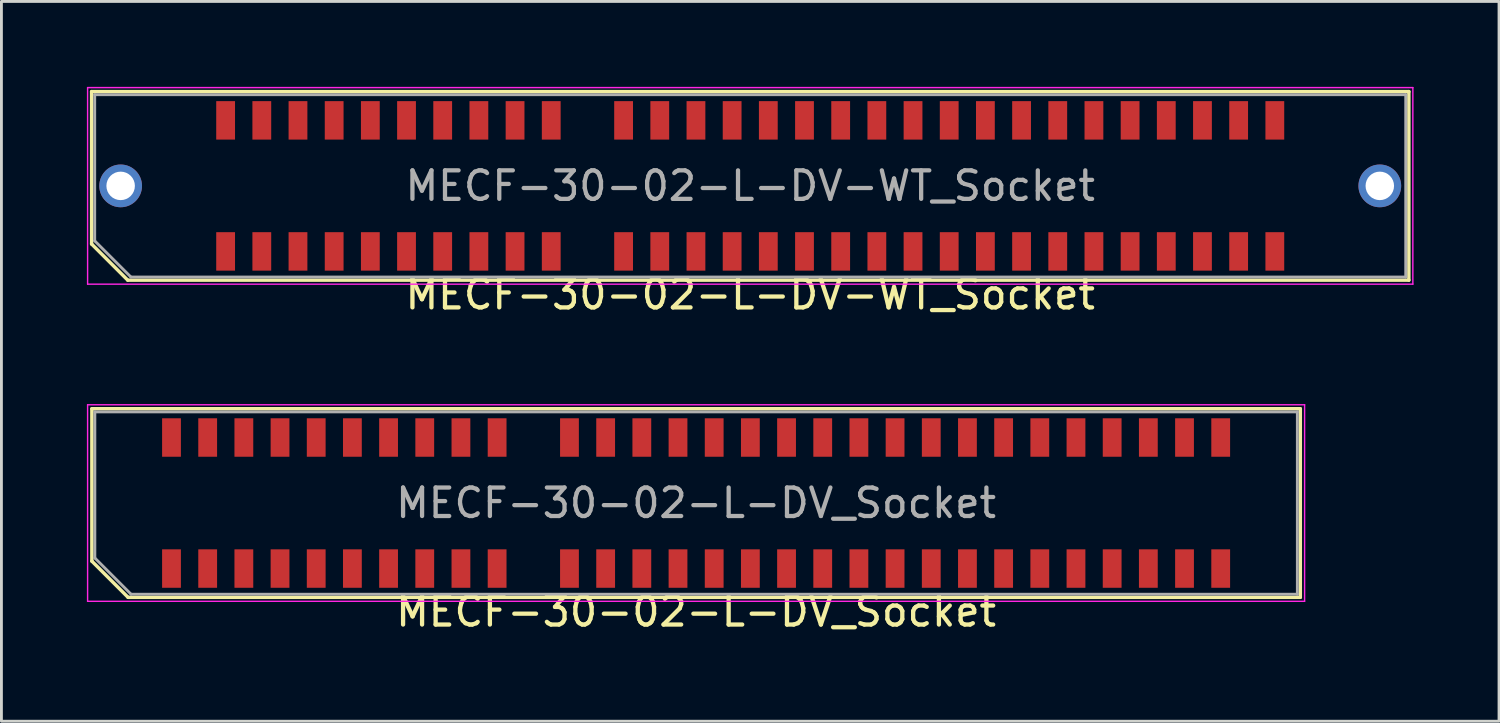
<source format=kicad_pcb>
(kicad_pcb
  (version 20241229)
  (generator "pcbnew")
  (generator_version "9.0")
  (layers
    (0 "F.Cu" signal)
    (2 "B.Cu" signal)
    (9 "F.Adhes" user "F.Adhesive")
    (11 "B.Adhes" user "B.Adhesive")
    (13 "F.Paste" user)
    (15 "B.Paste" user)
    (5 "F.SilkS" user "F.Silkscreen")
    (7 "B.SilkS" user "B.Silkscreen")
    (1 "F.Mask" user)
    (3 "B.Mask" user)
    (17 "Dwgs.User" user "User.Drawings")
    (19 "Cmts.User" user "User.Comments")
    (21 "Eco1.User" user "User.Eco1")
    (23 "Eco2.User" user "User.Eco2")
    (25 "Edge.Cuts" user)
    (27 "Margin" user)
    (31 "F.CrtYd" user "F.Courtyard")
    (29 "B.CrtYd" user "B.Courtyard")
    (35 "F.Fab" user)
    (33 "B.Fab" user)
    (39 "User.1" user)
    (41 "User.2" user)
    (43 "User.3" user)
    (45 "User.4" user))
  (footprint "MECF-30-02-L-DV-WT_Socket"
    (layer "F.Cu")
    (at 23.285 3.475)
    (property "Reference" "MECF-30-02-L-DV-WT_Socket" (at 0 3.81 0) (layer "F.SilkS") (effects (font (size 1 1) (thickness 0.15))))
    (attr smd)
    (fp_line (start -23.12 -3.31) (end 23.12 -3.31) (stroke (width 0.12) (type solid)) (layer "F.SilkS"))
    (fp_line (start -23.12 2.04) (end -23.12 -3.31) (stroke (width 0.12) (type solid)) (layer "F.SilkS"))
    (fp_line (start -21.85 3.31) (end -23.12 2.04) (stroke (width 0.12) (type solid)) (layer "F.SilkS"))
    (fp_line (start -21.85 3.31) (end 23.12 3.31) (stroke (width 0.12) (type solid)) (layer "F.SilkS"))
    (fp_line (start 23.12 3.31) (end 23.12 -3.31) (stroke (width 0.12) (type solid)) (layer "F.SilkS"))
    (fp_line (start -23.26 -3.45) (end -23.26 3.45) (stroke (width 0.05) (type solid)) (layer "F.CrtYd"))
    (fp_line (start -23.26 3.45) (end 23.26 3.45) (stroke (width 0.05) (type solid)) (layer "F.CrtYd"))
    (fp_line (start 23.26 -3.45) (end -23.26 -3.45) (stroke (width 0.05) (type solid)) (layer "F.CrtYd"))
    (fp_line (start 23.26 3.45) (end 23.26 -3.45) (stroke (width 0.05) (type solid)) (layer "F.CrtYd"))
    (fp_line (start -23.01 -3.2) (end 23.01 -3.2) (stroke (width 0.1) (type solid)) (layer "F.Fab"))
    (fp_line (start -23.01 1.93) (end -23.01 -3.2) (stroke (width 0.1) (type solid)) (layer "F.Fab"))
    (fp_line (start -23.01 1.93) (end -21.74 3.2) (stroke (width 0.1) (type solid)) (layer "F.Fab"))
    (fp_line (start -21.74 3.2) (end 23.01 3.2) (stroke (width 0.1) (type solid)) (layer "F.Fab"))
    (fp_line (start 23.01 3.2) (end 23.01 -3.2) (stroke (width 0.1) (type solid)) (layer "F.Fab"))
    (fp_text user "${REFERENCE}" (at 0 0 0) (layer "F.Fab") (effects (font (size 1 1) (thickness 0.15))))
    (pad "" thru_hole circle (at -22.1 0) (size 1.5 1.5) (drill 1) (layers "*.Cu" "*.Mask"))
    (pad "" np_thru_hole circle (at -20.195 0) (size 0.001 0.001) (drill 1.45) (layers "*.Cu" "*.Mask"))
    (pad "" np_thru_hole circle (at 20.195 1) (size 0.001 0.001) (drill 1.45) (layers "*.Cu" "*.Mask"))
    (pad "" thru_hole circle (at 22.1 0) (size 1.5 1.5) (drill 1) (layers "*.Cu" "*.Mask"))
    (pad "1" smd rect (at -18.415 2.3) (size 0.66 1.35) (layers "F.Cu" "F.Mask" "F.Paste"))
    (pad "2" smd rect (at -18.415 -2.3) (size 0.66 1.35) (layers "F.Cu" "F.Mask" "F.Paste"))
    (pad "3" smd rect (at -17.145 2.3) (size 0.66 1.35) (layers "F.Cu" "F.Mask" "F.Paste"))
    (pad "4" smd rect (at -17.145 -2.3) (size 0.66 1.35) (layers "F.Cu" "F.Mask" "F.Paste"))
    (pad "5" smd rect (at -15.875 2.3) (size 0.66 1.35) (layers "F.Cu" "F.Mask" "F.Paste"))
    (pad "6" smd rect (at -15.875 -2.3) (size 0.66 1.35) (layers "F.Cu" "F.Mask" "F.Paste"))
    (pad "7" smd rect (at -14.605 2.3) (size 0.66 1.35) (layers "F.Cu" "F.Mask" "F.Paste"))
    (pad "8" smd rect (at -14.605 -2.3) (size 0.66 1.35) (layers "F.Cu" "F.Mask" "F.Paste"))
    (pad "9" smd rect (at -13.335 2.3) (size 0.66 1.35) (layers "F.Cu" "F.Mask" "F.Paste"))
    (pad "10" smd rect (at -13.335 -2.3) (size 0.66 1.35) (layers "F.Cu" "F.Mask" "F.Paste"))
    (pad "11" smd rect (at -12.065 2.3) (size 0.66 1.35) (layers "F.Cu" "F.Mask" "F.Paste"))
    (pad "12" smd rect (at -12.065 -2.3) (size 0.66 1.35) (layers "F.Cu" "F.Mask" "F.Paste"))
    (pad "13" smd rect (at -10.795 2.3) (size 0.66 1.35) (layers "F.Cu" "F.Mask" "F.Paste"))
    (pad "14" smd rect (at -10.795 -2.3) (size 0.66 1.35) (layers "F.Cu" "F.Mask" "F.Paste"))
    (pad "15" smd rect (at -9.525 2.3) (size 0.66 1.35) (layers "F.Cu" "F.Mask" "F.Paste"))
    (pad "16" smd rect (at -9.525 -2.3) (size 0.66 1.35) (layers "F.Cu" "F.Mask" "F.Paste"))
    (pad "17" smd rect (at -8.255 2.3) (size 0.66 1.35) (layers "F.Cu" "F.Mask" "F.Paste"))
    (pad "18" smd rect (at -8.255 -2.3) (size 0.66 1.35) (layers "F.Cu" "F.Mask" "F.Paste"))
    (pad "19" smd rect (at -6.985 2.3) (size 0.66 1.35) (layers "F.Cu" "F.Mask" "F.Paste"))
    (pad "20" smd rect (at -6.985 -2.3) (size 0.66 1.35) (layers "F.Cu" "F.Mask" "F.Paste"))
    (pad "23" smd rect (at -4.445 2.3) (size 0.66 1.35) (layers "F.Cu" "F.Mask" "F.Paste"))
    (pad "24" smd rect (at -4.445 -2.3) (size 0.66 1.35) (layers "F.Cu" "F.Mask" "F.Paste"))
    (pad "25" smd rect (at -3.175 2.3) (size 0.66 1.35) (layers "F.Cu" "F.Mask" "F.Paste"))
    (pad "26" smd rect (at -3.175 -2.3) (size 0.66 1.35) (layers "F.Cu" "F.Mask" "F.Paste"))
    (pad "27" smd rect (at -1.905 2.3) (size 0.66 1.35) (layers "F.Cu" "F.Mask" "F.Paste"))
    (pad "28" smd rect (at -1.905 -2.3) (size 0.66 1.35) (layers "F.Cu" "F.Mask" "F.Paste"))
    (pad "29" smd rect (at -0.635 2.3) (size 0.66 1.35) (layers "F.Cu" "F.Mask" "F.Paste"))
    (pad "30" smd rect (at -0.635 -2.3) (size 0.66 1.35) (layers "F.Cu" "F.Mask" "F.Paste"))
    (pad "31" smd rect (at 0.635 2.3) (size 0.66 1.35) (layers "F.Cu" "F.Mask" "F.Paste"))
    (pad "32" smd rect (at 0.635 -2.3) (size 0.66 1.35) (layers "F.Cu" "F.Mask" "F.Paste"))
    (pad "33" smd rect (at 1.905 2.3) (size 0.66 1.35) (layers "F.Cu" "F.Mask" "F.Paste"))
    (pad "34" smd rect (at 1.905 -2.3) (size 0.66 1.35) (layers "F.Cu" "F.Mask" "F.Paste"))
    (pad "35" smd rect (at 3.175 2.3) (size 0.66 1.35) (layers "F.Cu" "F.Mask" "F.Paste"))
    (pad "36" smd rect (at 3.175 -2.3) (size 0.66 1.35) (layers "F.Cu" "F.Mask" "F.Paste"))
    (pad "37" smd rect (at 4.445 2.3) (size 0.66 1.35) (layers "F.Cu" "F.Mask" "F.Paste"))
    (pad "38" smd rect (at 4.445 -2.3) (size 0.66 1.35) (layers "F.Cu" "F.Mask" "F.Paste"))
    (pad "39" smd rect (at 5.715 2.3) (size 0.66 1.35) (layers "F.Cu" "F.Mask" "F.Paste"))
    (pad "40" smd rect (at 5.715 -2.3) (size 0.66 1.35) (layers "F.Cu" "F.Mask" "F.Paste"))
    (pad "41" smd rect (at 6.985 2.3) (size 0.66 1.35) (layers "F.Cu" "F.Mask" "F.Paste"))
    (pad "42" smd rect (at 6.985 -2.3) (size 0.66 1.35) (layers "F.Cu" "F.Mask" "F.Paste"))
    (pad "43" smd rect (at 8.255 2.3) (size 0.66 1.35) (layers "F.Cu" "F.Mask" "F.Paste"))
    (pad "44" smd rect (at 8.255 -2.3) (size 0.66 1.35) (layers "F.Cu" "F.Mask" "F.Paste"))
    (pad "45" smd rect (at 9.525 2.3) (size 0.66 1.35) (layers "F.Cu" "F.Mask" "F.Paste"))
    (pad "46" smd rect (at 9.525 -2.3) (size 0.66 1.35) (layers "F.Cu" "F.Mask" "F.Paste"))
    (pad "47" smd rect (at 10.795 2.3) (size 0.66 1.35) (layers "F.Cu" "F.Mask" "F.Paste"))
    (pad "48" smd rect (at 10.795 -2.3) (size 0.66 1.35) (layers "F.Cu" "F.Mask" "F.Paste"))
    (pad "49" smd rect (at 12.065 2.3) (size 0.66 1.35) (layers "F.Cu" "F.Mask" "F.Paste"))
    (pad "50" smd rect (at 12.065 -2.3) (size 0.66 1.35) (layers "F.Cu" "F.Mask" "F.Paste"))
    (pad "51" smd rect (at 13.335 2.3) (size 0.66 1.35) (layers "F.Cu" "F.Mask" "F.Paste"))
    (pad "52" smd rect (at 13.335 -2.3) (size 0.66 1.35) (layers "F.Cu" "F.Mask" "F.Paste"))
    (pad "53" smd rect (at 14.605 2.3) (size 0.66 1.35) (layers "F.Cu" "F.Mask" "F.Paste"))
    (pad "54" smd rect (at 14.605 -2.3) (size 0.66 1.35) (layers "F.Cu" "F.Mask" "F.Paste"))
    (pad "55" smd rect (at 15.875 2.3) (size 0.66 1.35) (layers "F.Cu" "F.Mask" "F.Paste"))
    (pad "56" smd rect (at 15.875 -2.3) (size 0.66 1.35) (layers "F.Cu" "F.Mask" "F.Paste"))
    (pad "57" smd rect (at 17.145 2.3) (size 0.66 1.35) (layers "F.Cu" "F.Mask" "F.Paste"))
    (pad "58" smd rect (at 17.145 -2.3) (size 0.66 1.35) (layers "F.Cu" "F.Mask" "F.Paste"))
    (pad "59" smd rect (at 18.415 2.3) (size 0.66 1.35) (layers "F.Cu" "F.Mask" "F.Paste"))
    (pad "60" smd rect (at 18.415 -2.3) (size 0.66 1.35) (layers "F.Cu" "F.Mask" "F.Paste")))
  (footprint "MECF-30-02-L-DV_Socket"
    (layer "F.Cu")
    (at 21.385 14.608)
    (property "Reference" "MECF-30-02-L-DV_Socket" (at 0 3.81 0) (layer "F.SilkS") (effects (font (size 1 1) (thickness 0.15))))
    (attr smd)
    (fp_line (start -21.21 -3.31) (end 21.21 -3.31) (stroke (width 0.12) (type solid)) (layer "F.SilkS"))
    (fp_line (start -21.21 2.04) (end -21.21 -3.31) (stroke (width 0.12) (type solid)) (layer "F.SilkS"))
    (fp_line (start -19.94 3.31) (end -21.21 2.04) (stroke (width 0.12) (type solid)) (layer "F.SilkS"))
    (fp_line (start -19.94 3.31) (end 21.21 3.31) (stroke (width 0.12) (type solid)) (layer "F.SilkS"))
    (fp_line (start 21.21 3.31) (end 21.21 -3.31) (stroke (width 0.12) (type solid)) (layer "F.SilkS"))
    (fp_line (start -21.36 -3.45) (end -21.36 3.45) (stroke (width 0.05) (type solid)) (layer "F.CrtYd"))
    (fp_line (start -21.36 3.45) (end 21.36 3.45) (stroke (width 0.05) (type solid)) (layer "F.CrtYd"))
    (fp_line (start 21.36 -3.45) (end -21.36 -3.45) (stroke (width 0.05) (type solid)) (layer "F.CrtYd"))
    (fp_line (start 21.36 3.45) (end 21.36 -3.45) (stroke (width 0.05) (type solid)) (layer "F.CrtYd"))
    (fp_line (start -21.105 -3.2) (end 21.105 -3.2) (stroke (width 0.1) (type solid)) (layer "F.Fab"))
    (fp_line (start -21.105 1.93) (end -21.105 -3.2) (stroke (width 0.1) (type solid)) (layer "F.Fab"))
    (fp_line (start -21.105 1.93) (end -19.835 3.2) (stroke (width 0.1) (type solid)) (layer "F.Fab"))
    (fp_line (start -19.835 3.2) (end 21.105 3.2) (stroke (width 0.1) (type solid)) (layer "F.Fab"))
    (fp_line (start 21.105 3.2) (end 21.105 -3.2) (stroke (width 0.1) (type solid)) (layer "F.Fab"))
    (fp_text user "${REFERENCE}" (at 0 0 0) (layer "F.Fab") (effects (font (size 1 1) (thickness 0.15))))
    (pad "" np_thru_hole circle (at -20.195 0) (size 0.001 0.001) (drill 1.45) (layers "*.Cu" "*.Mask"))
    (pad "" np_thru_hole circle (at 20.195 1) (size 0.001 0.001) (drill 1.45) (layers "*.Cu" "*.Mask"))
    (pad "1" smd rect (at -18.415 2.3) (size 0.66 1.35) (layers "F.Cu" "F.Mask" "F.Paste"))
    (pad "2" smd rect (at -18.415 -2.3) (size 0.66 1.35) (layers "F.Cu" "F.Mask" "F.Paste"))
    (pad "3" smd rect (at -17.145 2.3) (size 0.66 1.35) (layers "F.Cu" "F.Mask" "F.Paste"))
    (pad "4" smd rect (at -17.145 -2.3) (size 0.66 1.35) (layers "F.Cu" "F.Mask" "F.Paste"))
    (pad "5" smd rect (at -15.875 2.3) (size 0.66 1.35) (layers "F.Cu" "F.Mask" "F.Paste"))
    (pad "6" smd rect (at -15.875 -2.3) (size 0.66 1.35) (layers "F.Cu" "F.Mask" "F.Paste"))
    (pad "7" smd rect (at -14.605 2.3) (size 0.66 1.35) (layers "F.Cu" "F.Mask" "F.Paste"))
    (pad "8" smd rect (at -14.605 -2.3) (size 0.66 1.35) (layers "F.Cu" "F.Mask" "F.Paste"))
    (pad "9" smd rect (at -13.335 2.3) (size 0.66 1.35) (layers "F.Cu" "F.Mask" "F.Paste"))
    (pad "10" smd rect (at -13.335 -2.3) (size 0.66 1.35) (layers "F.Cu" "F.Mask" "F.Paste"))
    (pad "11" smd rect (at -12.065 2.3) (size 0.66 1.35) (layers "F.Cu" "F.Mask" "F.Paste"))
    (pad "12" smd rect (at -12.065 -2.3) (size 0.66 1.35) (layers "F.Cu" "F.Mask" "F.Paste"))
    (pad "13" smd rect (at -10.795 2.3) (size 0.66 1.35) (layers "F.Cu" "F.Mask" "F.Paste"))
    (pad "14" smd rect (at -10.795 -2.3) (size 0.66 1.35) (layers "F.Cu" "F.Mask" "F.Paste"))
    (pad "15" smd rect (at -9.525 2.3) (size 0.66 1.35) (layers "F.Cu" "F.Mask" "F.Paste"))
    (pad "16" smd rect (at -9.525 -2.3) (size 0.66 1.35) (layers "F.Cu" "F.Mask" "F.Paste"))
    (pad "17" smd rect (at -8.255 2.3) (size 0.66 1.35) (layers "F.Cu" "F.Mask" "F.Paste"))
    (pad "18" smd rect (at -8.255 -2.3) (size 0.66 1.35) (layers "F.Cu" "F.Mask" "F.Paste"))
    (pad "19" smd rect (at -6.985 2.3) (size 0.66 1.35) (layers "F.Cu" "F.Mask" "F.Paste"))
    (pad "20" smd rect (at -6.985 -2.3) (size 0.66 1.35) (layers "F.Cu" "F.Mask" "F.Paste"))
    (pad "23" smd rect (at -4.445 2.3) (size 0.66 1.35) (layers "F.Cu" "F.Mask" "F.Paste"))
    (pad "24" smd rect (at -4.445 -2.3) (size 0.66 1.35) (layers "F.Cu" "F.Mask" "F.Paste"))
    (pad "25" smd rect (at -3.175 2.3) (size 0.66 1.35) (layers "F.Cu" "F.Mask" "F.Paste"))
    (pad "26" smd rect (at -3.175 -2.3) (size 0.66 1.35) (layers "F.Cu" "F.Mask" "F.Paste"))
    (pad "27" smd rect (at -1.905 2.3) (size 0.66 1.35) (layers "F.Cu" "F.Mask" "F.Paste"))
    (pad "28" smd rect (at -1.905 -2.3) (size 0.66 1.35) (layers "F.Cu" "F.Mask" "F.Paste"))
    (pad "29" smd rect (at -0.635 2.3) (size 0.66 1.35) (layers "F.Cu" "F.Mask" "F.Paste"))
    (pad "30" smd rect (at -0.635 -2.3) (size 0.66 1.35) (layers "F.Cu" "F.Mask" "F.Paste"))
    (pad "31" smd rect (at 0.635 2.3) (size 0.66 1.35) (layers "F.Cu" "F.Mask" "F.Paste"))
    (pad "32" smd rect (at 0.635 -2.3) (size 0.66 1.35) (layers "F.Cu" "F.Mask" "F.Paste"))
    (pad "33" smd rect (at 1.905 2.3) (size 0.66 1.35) (layers "F.Cu" "F.Mask" "F.Paste"))
    (pad "34" smd rect (at 1.905 -2.3) (size 0.66 1.35) (layers "F.Cu" "F.Mask" "F.Paste"))
    (pad "35" smd rect (at 3.175 2.3) (size 0.66 1.35) (layers "F.Cu" "F.Mask" "F.Paste"))
    (pad "36" smd rect (at 3.175 -2.3) (size 0.66 1.35) (layers "F.Cu" "F.Mask" "F.Paste"))
    (pad "37" smd rect (at 4.445 2.3) (size 0.66 1.35) (layers "F.Cu" "F.Mask" "F.Paste"))
    (pad "38" smd rect (at 4.445 -2.3) (size 0.66 1.35) (layers "F.Cu" "F.Mask" "F.Paste"))
    (pad "39" smd rect (at 5.715 2.3) (size 0.66 1.35) (layers "F.Cu" "F.Mask" "F.Paste"))
    (pad "40" smd rect (at 5.715 -2.3) (size 0.66 1.35) (layers "F.Cu" "F.Mask" "F.Paste"))
    (pad "41" smd rect (at 6.985 2.3) (size 0.66 1.35) (layers "F.Cu" "F.Mask" "F.Paste"))
    (pad "42" smd rect (at 6.985 -2.3) (size 0.66 1.35) (layers "F.Cu" "F.Mask" "F.Paste"))
    (pad "43" smd rect (at 8.255 2.3) (size 0.66 1.35) (layers "F.Cu" "F.Mask" "F.Paste"))
    (pad "44" smd rect (at 8.255 -2.3) (size 0.66 1.35) (layers "F.Cu" "F.Mask" "F.Paste"))
    (pad "45" smd rect (at 9.525 2.3) (size 0.66 1.35) (layers "F.Cu" "F.Mask" "F.Paste"))
    (pad "46" smd rect (at 9.525 -2.3) (size 0.66 1.35) (layers "F.Cu" "F.Mask" "F.Paste"))
    (pad "47" smd rect (at 10.795 2.3) (size 0.66 1.35) (layers "F.Cu" "F.Mask" "F.Paste"))
    (pad "48" smd rect (at 10.795 -2.3) (size 0.66 1.35) (layers "F.Cu" "F.Mask" "F.Paste"))
    (pad "49" smd rect (at 12.065 2.3) (size 0.66 1.35) (layers "F.Cu" "F.Mask" "F.Paste"))
    (pad "50" smd rect (at 12.065 -2.3) (size 0.66 1.35) (layers "F.Cu" "F.Mask" "F.Paste"))
    (pad "51" smd rect (at 13.335 2.3) (size 0.66 1.35) (layers "F.Cu" "F.Mask" "F.Paste"))
    (pad "52" smd rect (at 13.335 -2.3) (size 0.66 1.35) (layers "F.Cu" "F.Mask" "F.Paste"))
    (pad "53" smd rect (at 14.605 2.3) (size 0.66 1.35) (layers "F.Cu" "F.Mask" "F.Paste"))
    (pad "54" smd rect (at 14.605 -2.3) (size 0.66 1.35) (layers "F.Cu" "F.Mask" "F.Paste"))
    (pad "55" smd rect (at 15.875 2.3) (size 0.66 1.35) (layers "F.Cu" "F.Mask" "F.Paste"))
    (pad "56" smd rect (at 15.875 -2.3) (size 0.66 1.35) (layers "F.Cu" "F.Mask" "F.Paste"))
    (pad "57" smd rect (at 17.145 2.3) (size 0.66 1.35) (layers "F.Cu" "F.Mask" "F.Paste"))
    (pad "58" smd rect (at 17.145 -2.3) (size 0.66 1.35) (layers "F.Cu" "F.Mask" "F.Paste"))
    (pad "59" smd rect (at 18.415 2.3) (size 0.66 1.35) (layers "F.Cu" "F.Mask" "F.Paste"))
    (pad "60" smd rect (at 18.415 -2.3) (size 0.66 1.35) (layers "F.Cu" "F.Mask" "F.Paste")))
  (gr_rect
    (start -3 -3)
    (end 49.57 22.267)
    (stroke (width 0.1) (type default))
    (fill no)
    (layer "Edge.Cuts")))
</source>
